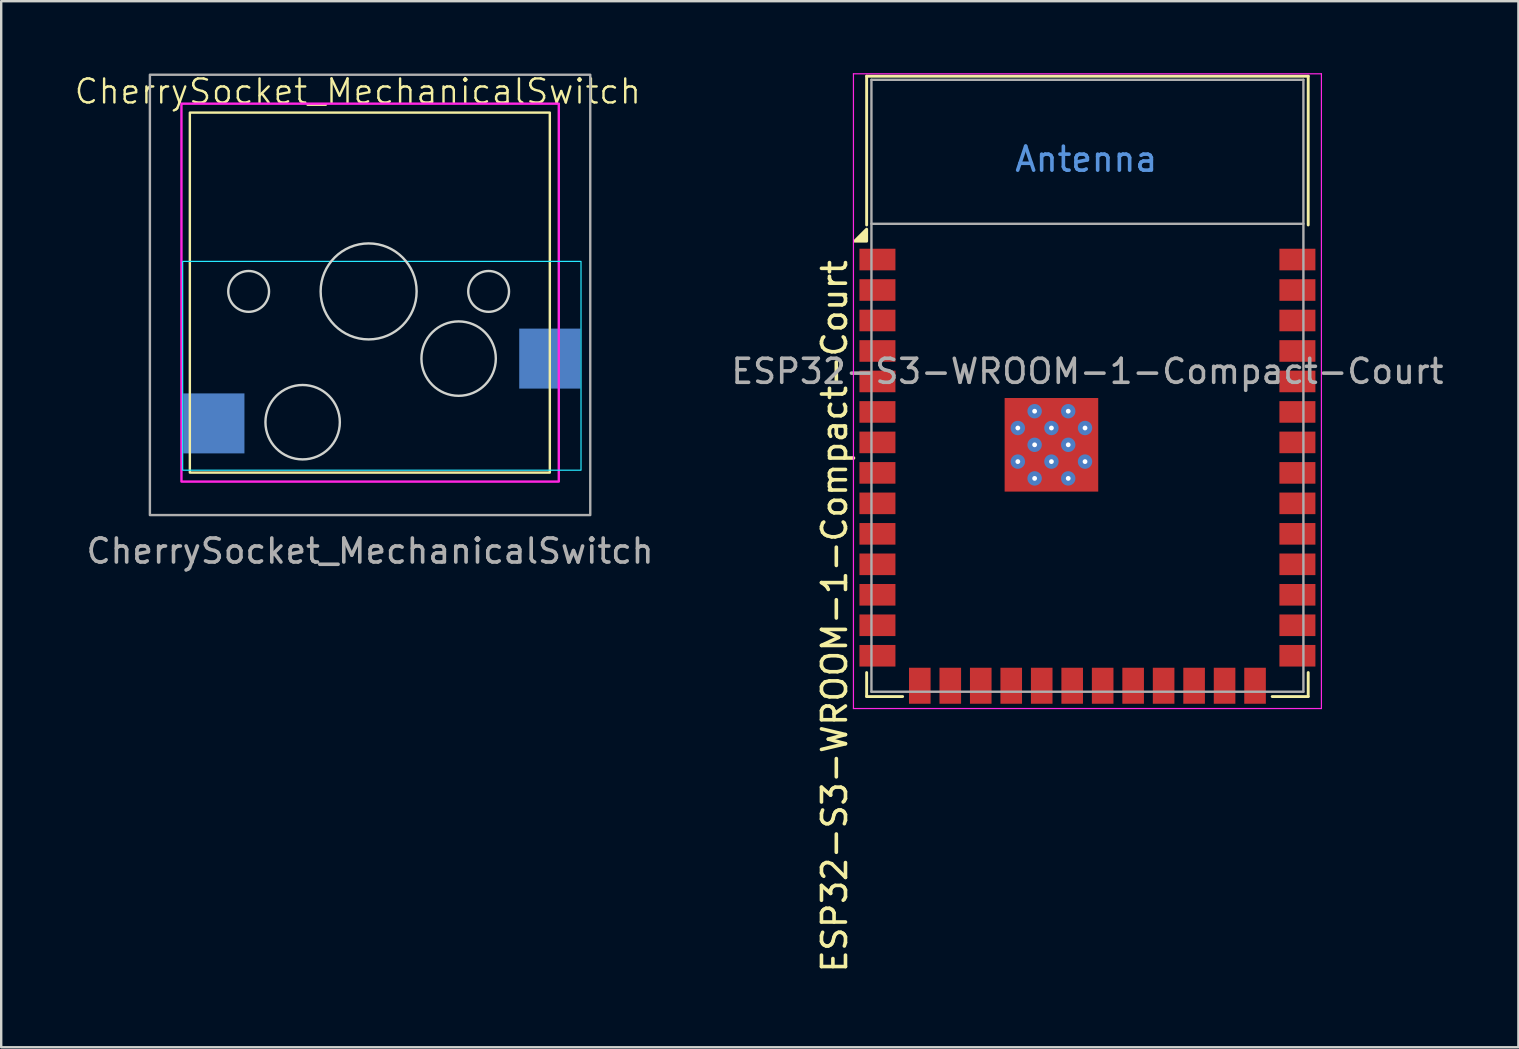
<source format=kicad_pcb>
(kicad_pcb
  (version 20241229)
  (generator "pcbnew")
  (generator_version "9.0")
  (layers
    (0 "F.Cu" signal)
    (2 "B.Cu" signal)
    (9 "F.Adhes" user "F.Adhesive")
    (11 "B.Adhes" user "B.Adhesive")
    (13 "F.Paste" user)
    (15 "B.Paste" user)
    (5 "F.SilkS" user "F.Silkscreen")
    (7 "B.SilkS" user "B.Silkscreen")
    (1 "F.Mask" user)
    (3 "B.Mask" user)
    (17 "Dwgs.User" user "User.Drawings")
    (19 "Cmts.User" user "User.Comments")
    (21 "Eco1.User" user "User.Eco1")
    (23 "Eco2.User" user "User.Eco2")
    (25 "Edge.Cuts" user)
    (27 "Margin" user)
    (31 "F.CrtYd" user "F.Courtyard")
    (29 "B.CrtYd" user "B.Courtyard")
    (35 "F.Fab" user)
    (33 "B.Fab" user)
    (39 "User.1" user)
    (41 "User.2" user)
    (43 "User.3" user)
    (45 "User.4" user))
  (footprint "ESP32-S3-WROOM-1-Compact-Court"
    (layer "F.Cu")
    (at 42.263 13.025)
    (property "Reference" "ESP32-S3-WROOM-1-Compact-Court" (at -10.537 9.606 90) (unlocked yes) (layer "F.SilkS") (effects (font (size 1 1) (thickness 0.15))))
    (attr smd)
    (fp_line (start -9.2 -12.9) (end -9.2 -6.7) (stroke (width 0.12) (type solid)) (layer "F.SilkS"))
    (fp_line (start -9.2 -12.9) (end 9.2 -12.9) (stroke (width 0.12) (type solid)) (layer "F.SilkS"))
    (fp_line (start -9.2 11.95) (end -9.2 12.95) (stroke (width 0.12) (type solid)) (layer "F.SilkS"))
    (fp_line (start -9.2 12.95) (end -7.7 12.95) (stroke (width 0.12) (type solid)) (layer "F.SilkS"))
    (fp_line (start 9.2 -12.9) (end 9.2 -6.7) (stroke (width 0.12) (type solid)) (layer "F.SilkS"))
    (fp_line (start 9.2 12.95) (end 7.7 12.95) (stroke (width 0.12) (type solid)) (layer "F.SilkS"))
    (fp_line (start 9.2 12.95) (end 9.2 11.95) (stroke (width 0.12) (type solid)) (layer "F.SilkS"))
    (fp_poly (pts (xy -9.2 -6.025) (xy -9.7 -6.025) (xy -9.2 -6.525) (xy -9.2 -6.025)) (stroke (width 0.12) (type solid)) (fill yes) (layer "F.SilkS"))
    (fp_line (start -9.75 -13) (end 9.75 -13) (stroke (width 0.05) (type default)) (layer "F.CrtYd"))
    (fp_line (start -9.75 13.45) (end -9.75 -13) (stroke (width 0.05) (type solid)) (layer "F.CrtYd"))
    (fp_line (start -9.75 13.45) (end 9.75 13.45) (stroke (width 0.05) (type solid)) (layer "F.CrtYd"))
    (fp_line (start 9.75 -13) (end 9.75 13.45) (stroke (width 0.05) (type solid)) (layer "F.CrtYd"))
    (fp_line (start -9 -12.75) (end 9 -12.75) (stroke (width 0.1) (type solid)) (layer "F.Fab"))
    (fp_line (start -9 -6.75) (end 9 -6.75) (stroke (width 0.1) (type solid)) (layer "F.Fab"))
    (fp_line (start -9 12.75) (end -9 -12.75) (stroke (width 0.1) (type solid)) (layer "F.Fab"))
    (fp_line (start -9 12.75) (end 9 12.75) (stroke (width 0.1) (type solid)) (layer "F.Fab"))
    (fp_line (start 9 12.75) (end 9 -12.75) (stroke (width 0.1) (type solid)) (layer "F.Fab"))
    (fp_text user "Antenna" (at -0.05 -9.44 0) (layer "Cmts.User") (effects (font (size 1 1) (thickness 0.15))))
    (fp_text user "${REFERENCE}" (at 0 -0.6 0) (unlocked yes) (layer "F.Fab") (effects (font (size 1 1) (thickness 0.15))))
    (pad "" smd rect (at -2.9 1.06) (size 0.9 0.9) (layers "F.Paste"))
    (pad "" smd rect (at -2.9 2.46 270) (size 0.9 0.9) (layers "F.Paste"))
    (pad "" smd rect (at -2.9 3.86) (size 0.9 0.9) (layers "F.Paste"))
    (pad "" smd rect (at -1.5 1.06 270) (size 0.9 0.9) (layers "F.Paste"))
    (pad "" smd rect (at -1.5 2.46 270) (size 0.9 0.9) (layers "F.Paste"))
    (pad "" smd rect (at -1.5 3.86 270) (size 0.9 0.9) (layers "F.Paste"))
    (pad "" smd rect (at -0.1 1.06 270) (size 0.9 0.9) (layers "F.Paste"))
    (pad "" smd rect (at -0.1 2.46 270) (size 0.9 0.9) (layers "F.Paste"))
    (pad "" smd rect (at -0.1 3.86 270) (size 0.9 0.9) (layers "F.Paste"))
    (pad "1" smd rect (at -8.75 -5.26) (size 1.5 0.9) (layers "F.Cu" "F.Mask" "F.Paste"))
    (pad "2" smd rect (at -8.75 -3.99) (size 1.5 0.9) (layers "F.Cu" "F.Mask" "F.Paste"))
    (pad "3" smd rect (at -8.75 -2.72) (size 1.5 0.9) (layers "F.Cu" "F.Mask" "F.Paste"))
    (pad "4" smd rect (at -8.75 -1.45) (size 1.5 0.9) (layers "F.Cu" "F.Mask" "F.Paste"))
    (pad "5" smd rect (at -8.75 -0.18) (size 1.5 0.9) (layers "F.Cu" "F.Mask" "F.Paste"))
    (pad "6" smd rect (at -8.75 1.09) (size 1.5 0.9) (layers "F.Cu" "F.Mask" "F.Paste"))
    (pad "7" smd rect (at -8.75 2.36) (size 1.5 0.9) (layers "F.Cu" "F.Mask" "F.Paste"))
    (pad "8" smd rect (at -8.75 3.63) (size 1.5 0.9) (layers "F.Cu" "F.Mask" "F.Paste"))
    (pad "9" smd rect (at -8.75 4.9) (size 1.5 0.9) (layers "F.Cu" "F.Mask" "F.Paste"))
    (pad "10" smd rect (at -8.75 6.17) (size 1.5 0.9) (layers "F.Cu" "F.Mask" "F.Paste"))
    (pad "11" smd rect (at -8.75 7.44) (size 1.5 0.9) (layers "F.Cu" "F.Mask" "F.Paste"))
    (pad "12" smd rect (at -8.75 8.71) (size 1.5 0.9) (layers "F.Cu" "F.Mask" "F.Paste"))
    (pad "13" smd rect (at -8.75 9.98) (size 1.5 0.9) (layers "F.Cu" "F.Mask" "F.Paste"))
    (pad "14" smd rect (at -8.75 11.25 180) (size 1.5 0.9) (layers "F.Cu" "F.Mask" "F.Paste"))
    (pad "15" smd rect (at -6.985 12.5 270) (size 1.5 0.9) (layers "F.Cu" "F.Mask" "F.Paste"))
    (pad "16" smd rect (at -5.715 12.5 270) (size 1.5 0.9) (layers "F.Cu" "F.Mask" "F.Paste"))
    (pad "17" smd rect (at -4.445 12.5 270) (size 1.5 0.9) (layers "F.Cu" "F.Mask" "F.Paste"))
    (pad "18" smd rect (at -3.175 12.5 270) (size 1.5 0.9) (layers "F.Cu" "F.Mask" "F.Paste"))
    (pad "19" smd rect (at -1.905 12.5 270) (size 1.5 0.9) (layers "F.Cu" "F.Mask" "F.Paste"))
    (pad "20" smd rect (at -0.635 12.5 270) (size 1.5 0.9) (layers "F.Cu" "F.Mask" "F.Paste"))
    (pad "21" smd rect (at 0.635 12.5 270) (size 1.5 0.9) (layers "F.Cu" "F.Mask" "F.Paste"))
    (pad "22" smd rect (at 1.905 12.5 270) (size 1.5 0.9) (layers "F.Cu" "F.Mask" "F.Paste"))
    (pad "23" smd rect (at 3.175 12.5 270) (size 1.5 0.9) (layers "F.Cu" "F.Mask" "F.Paste"))
    (pad "24" smd rect (at 4.445 12.5 270) (size 1.5 0.9) (layers "F.Cu" "F.Mask" "F.Paste"))
    (pad "25" smd rect (at 5.715 12.5 270) (size 1.5 0.9) (layers "F.Cu" "F.Mask" "F.Paste"))
    (pad "26" smd rect (at 6.985 12.5 270) (size 1.5 0.9) (layers "F.Cu" "F.Mask" "F.Paste"))
    (pad "27" smd rect (at 8.75 11.25) (size 1.5 0.9) (layers "F.Cu" "F.Mask" "F.Paste"))
    (pad "28" smd rect (at 8.75 9.98) (size 1.5 0.9) (layers "F.Cu" "F.Mask" "F.Paste"))
    (pad "29" smd rect (at 8.75 8.71) (size 1.5 0.9) (layers "F.Cu" "F.Mask" "F.Paste"))
    (pad "30" smd rect (at 8.75 7.44) (size 1.5 0.9) (layers "F.Cu" "F.Mask" "F.Paste"))
    (pad "31" smd rect (at 8.75 6.17) (size 1.5 0.9) (layers "F.Cu" "F.Mask" "F.Paste"))
    (pad "32" smd rect (at 8.75 4.9) (size 1.5 0.9) (layers "F.Cu" "F.Mask" "F.Paste"))
    (pad "33" smd rect (at 8.75 3.63) (size 1.5 0.9) (layers "F.Cu" "F.Mask" "F.Paste"))
    (pad "34" smd rect (at 8.75 2.36) (size 1.5 0.9) (layers "F.Cu" "F.Mask" "F.Paste"))
    (pad "35" smd rect (at 8.75 1.09) (size 1.5 0.9) (layers "F.Cu" "F.Mask" "F.Paste"))
    (pad "36" smd rect (at 8.75 -0.18) (size 1.5 0.9) (layers "F.Cu" "F.Mask" "F.Paste"))
    (pad "37" smd rect (at 8.75 -1.45) (size 1.5 0.9) (layers "F.Cu" "F.Mask" "F.Paste"))
    (pad "38" smd rect (at 8.75 -2.72) (size 1.5 0.9) (layers "F.Cu" "F.Mask" "F.Paste"))
    (pad "39" smd rect (at 8.75 -3.99) (size 1.5 0.9) (layers "F.Cu" "F.Mask" "F.Paste"))
    (pad "40" smd rect (at 8.75 -5.26) (size 1.5 0.9) (layers "F.Cu" "F.Mask" "F.Paste"))
    (pad "41" thru_hole circle (at -2.9 1.76 90) (size 0.6 0.6) (drill 0.2) (property pad_prop_heatsink) (layers "*.Cu" "F.Mask"))
    (pad "41" thru_hole circle (at -2.9 3.16) (size 0.6 0.6) (drill 0.2) (property pad_prop_heatsink) (layers "*.Cu" "F.Mask"))
    (pad "41" thru_hole circle (at -2.2 1.06) (size 0.6 0.6) (drill 0.2) (property pad_prop_heatsink) (layers "*.Cu" "F.Mask"))
    (pad "41" thru_hole circle (at -2.2 2.46) (size 0.6 0.6) (drill 0.2) (property pad_prop_heatsink) (layers "*.Cu" "F.Mask"))
    (pad "41" thru_hole circle (at -2.2 3.86) (size 0.6 0.6) (drill 0.2) (property pad_prop_heatsink) (layers "*.Cu" "F.Mask"))
    (pad "41" thru_hole circle (at -1.5 1.76) (size 0.6 0.6) (drill 0.2) (property pad_prop_heatsink) (layers "*.Cu" "F.Mask"))
    (pad "41" smd rect (at -1.5 2.46 270) (size 3.9 3.9) (layers "F.Cu" "F.Mask"))
    (pad "41" thru_hole circle (at -1.5 3.16) (size 0.6 0.6) (drill 0.2) (property pad_prop_heatsink) (layers "*.Cu" "F.Mask"))
    (pad "41" thru_hole circle (at -0.8 1.06) (size 0.6 0.6) (drill 0.2) (property pad_prop_heatsink) (layers "*.Cu" "F.Mask"))
    (pad "41" thru_hole circle (at -0.8 2.46) (size 0.6 0.6) (drill 0.2) (property pad_prop_heatsink) (layers "*.Cu" "F.Mask"))
    (pad "41" thru_hole circle (at -0.8 3.86) (size 0.6 0.6) (drill 0.2) (property pad_prop_heatsink) (layers "*.Cu" "F.Mask"))
    (pad "41" thru_hole circle (at -0.1 1.76) (size 0.6 0.6) (drill 0.2) (property pad_prop_heatsink) (layers "*.Cu" "F.Mask"))
    (pad "41" thru_hole circle (at -0.1 3.16) (size 0.6 0.6) (drill 0.2) (property pad_prop_heatsink) (layers "*.Cu" "F.Mask")))
  (footprint "CherrySocket_MechanicalSwitch"
    (layer "F.Cu")
    (at 12.361 9.143)
    (property "Reference" "CherrySocket_MechanicalSwitch" (at -0.501 -8.382 0) (unlocked yes) (layer "F.SilkS") (effects (font (size 1 1) (thickness 0.1))))
    (attr through_hole)
    (fp_rect (start 7.5 -7.5) (end -7.5 7.5) (stroke (width 0.1) (type default)) (fill no) (layer "F.SilkS"))
    (fp_circle (center -5.05 -0.05) (end -5.9 -0.05) (stroke (width 0.1) (type default)) (fill no) (layer "Edge.Cuts"))
    (fp_circle (center -2.8 5.4) (end -4.35 5.4) (stroke (width 0.1) (type default)) (fill no) (layer "Edge.Cuts"))
    (fp_circle (center -0.05 -0.05) (end -2.05 -0.05) (stroke (width 0.1) (type default)) (fill no) (layer "Edge.Cuts"))
    (fp_circle (center 3.7 2.75) (end 2.15 2.75) (stroke (width 0.1) (type default)) (fill no) (layer "Edge.Cuts"))
    (fp_circle (center 4.95 -0.05) (end 4.1 -0.05) (stroke (width 0.1) (type default)) (fill no) (layer "Edge.Cuts"))
    (fp_rect (start -7.8 -1.3) (end 8.8 7.4) (stroke (width 0.05) (type default)) (fill no) (layer "B.CrtYd"))
    (fp_rect (start -7.85 -7.874) (end 7.874 7.874) (stroke (width 0.1) (type default)) (fill no) (layer "F.CrtYd"))
    (fp_rect (start -9.165 -9.08) (end 9.185 9.27) (stroke (width 0.1) (type default)) (fill no) (layer "F.Fab"))
    (fp_text user "${REFERENCE}" (at 0.01 10.77 0) (unlocked yes) (layer "F.Fab") (effects (font (size 1 1) (thickness 0.15))))
    (pad "1" smd rect (at -6.5 5.45 180) (size 2.55 2.5) (layers "B.Cu" "B.Mask" "B.Paste"))
    (pad "2" smd rect (at 7.5 2.75 180) (size 2.55 2.5) (layers "B.Cu" "B.Mask" "B.Paste")))
  (gr_rect
    (start -3 -3)
    (end 60.222 40.59)
    (stroke (width 0.1) (type default))
    (fill no)
    (layer "Edge.Cuts")))
</source>
